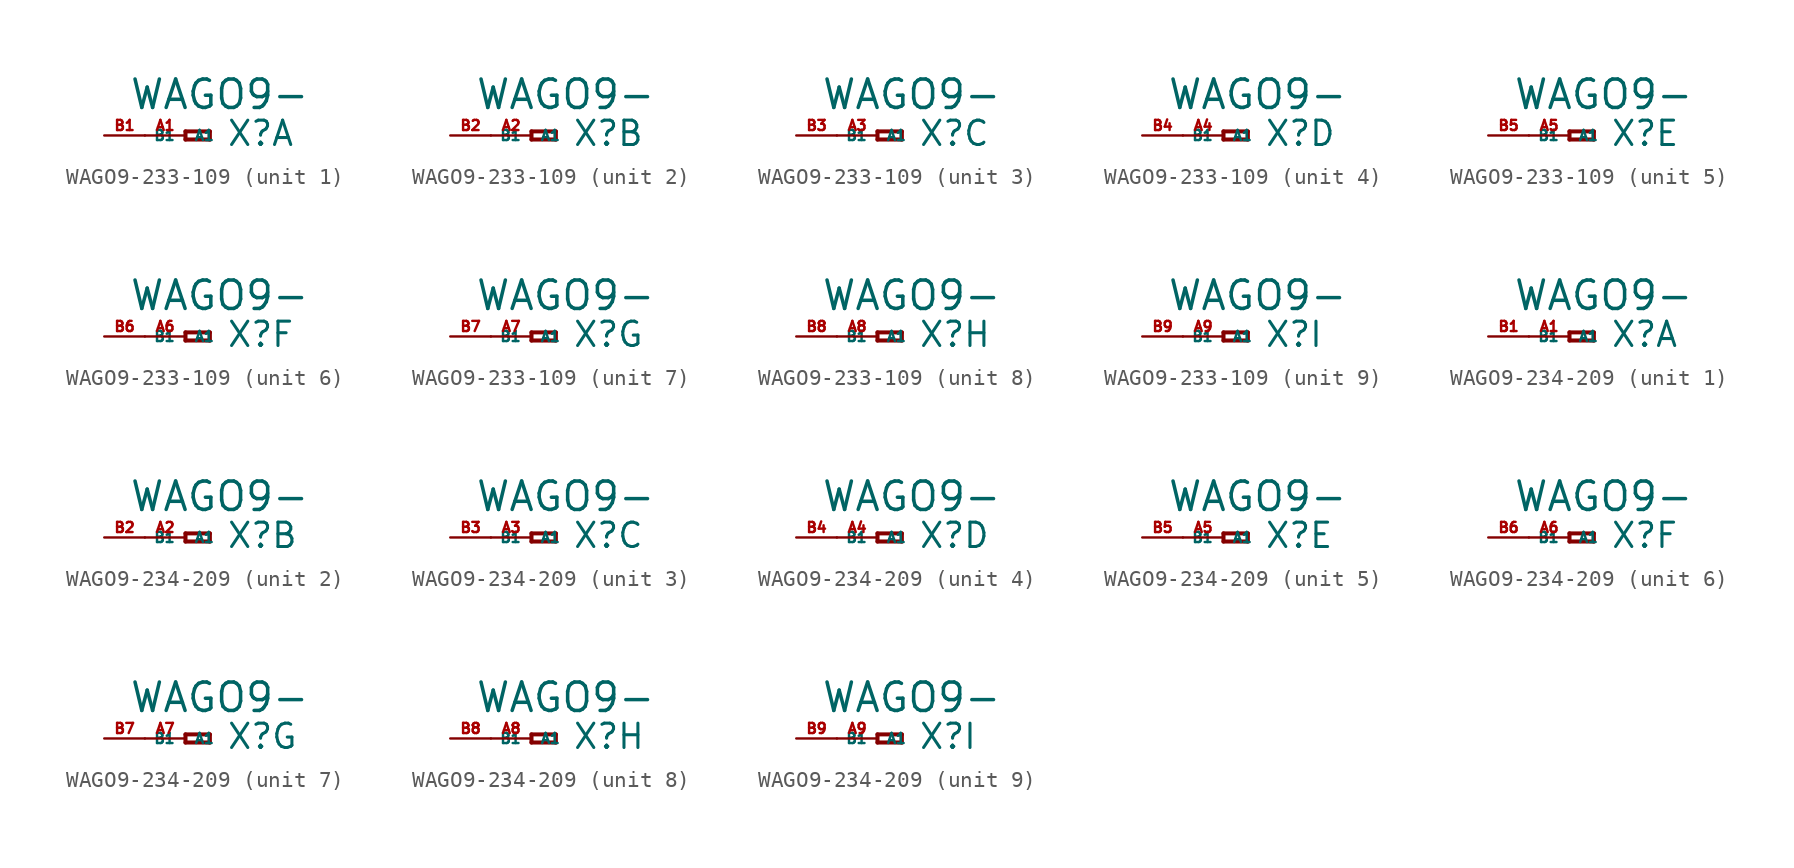
<source format=kicad_sym>
(kicad_symbol_lib
  (version 20220914)
  (generator Eagle2Kicad)
  (symbol "WAGO9-233-109"
    (property "Reference" "X"
      (at 2.54 -0.762 0)
      (effects (font (size 1.524 1.524) (thickness 0.19)) (justify left bottom)))
    (property "Value" "WAGO9-"
      (at -3.556 1.524 0)
      (effects (font (size 1.778 1.778) (thickness 0.22)) (justify left bottom)))
    (symbol "WAGO9-233-109_1_0"
      (polyline (pts (xy 0 0.254) (xy 0 -0.254)) (stroke (width 0.254) (type default)) (fill (type none)))
      (polyline (pts (xy 0 -0.254) (xy 1.524 -0.254)) (stroke (width 0.254) (type default)) (fill (type none)))
      (polyline (pts (xy 1.524 -0.254) (xy 1.524 0.254)) (stroke (width 0.254) (type default)) (fill (type none)))
      (polyline (pts (xy 1.524 0.254) (xy 0 0.254)) (stroke (width 0.254) (type default)) (fill (type none)))
      (pin passive line (at -2.54 0 0) (length 2.54) (name "A1" (effects (font (size 0.635 0.635) (thickness 0.08)) (justify left bottom))) (number "A1" (effects (font (size 0.635 0.635) (thickness 0.08)) (justify left bottom))))
      (pin passive line (at -5.08 0 0) (length 2.54) (name "B1" (effects (font (size 0.635 0.635) (thickness 0.08)) (justify left bottom))) (number "B1" (effects (font (size 0.635 0.635) (thickness 0.08)) (justify left bottom)))))
    (symbol "WAGO9-233-109_2_0"
      (polyline (pts (xy 0 0.254) (xy 0 -0.254)) (stroke (width 0.254) (type default)) (fill (type none)))
      (polyline (pts (xy 0 -0.254) (xy 1.524 -0.254)) (stroke (width 0.254) (type default)) (fill (type none)))
      (polyline (pts (xy 1.524 -0.254) (xy 1.524 0.254)) (stroke (width 0.254) (type default)) (fill (type none)))
      (polyline (pts (xy 1.524 0.254) (xy 0 0.254)) (stroke (width 0.254) (type default)) (fill (type none)))
      (pin passive line (at -2.54 0 0) (length 2.54) (name "A1" (effects (font (size 0.635 0.635) (thickness 0.08)) (justify left bottom))) (number "A2" (effects (font (size 0.635 0.635) (thickness 0.08)) (justify left bottom))))
      (pin passive line (at -5.08 0 0) (length 2.54) (name "B1" (effects (font (size 0.635 0.635) (thickness 0.08)) (justify left bottom))) (number "B2" (effects (font (size 0.635 0.635) (thickness 0.08)) (justify left bottom)))))
    (symbol "WAGO9-233-109_3_0"
      (polyline (pts (xy 0 0.254) (xy 0 -0.254)) (stroke (width 0.254) (type default)) (fill (type none)))
      (polyline (pts (xy 0 -0.254) (xy 1.524 -0.254)) (stroke (width 0.254) (type default)) (fill (type none)))
      (polyline (pts (xy 1.524 -0.254) (xy 1.524 0.254)) (stroke (width 0.254) (type default)) (fill (type none)))
      (polyline (pts (xy 1.524 0.254) (xy 0 0.254)) (stroke (width 0.254) (type default)) (fill (type none)))
      (pin passive line (at -2.54 0 0) (length 2.54) (name "A1" (effects (font (size 0.635 0.635) (thickness 0.08)) (justify left bottom))) (number "A3" (effects (font (size 0.635 0.635) (thickness 0.08)) (justify left bottom))))
      (pin passive line (at -5.08 0 0) (length 2.54) (name "B1" (effects (font (size 0.635 0.635) (thickness 0.08)) (justify left bottom))) (number "B3" (effects (font (size 0.635 0.635) (thickness 0.08)) (justify left bottom)))))
    (symbol "WAGO9-233-109_4_0"
      (polyline (pts (xy 0 0.254) (xy 0 -0.254)) (stroke (width 0.254) (type default)) (fill (type none)))
      (polyline (pts (xy 0 -0.254) (xy 1.524 -0.254)) (stroke (width 0.254) (type default)) (fill (type none)))
      (polyline (pts (xy 1.524 -0.254) (xy 1.524 0.254)) (stroke (width 0.254) (type default)) (fill (type none)))
      (polyline (pts (xy 1.524 0.254) (xy 0 0.254)) (stroke (width 0.254) (type default)) (fill (type none)))
      (pin passive line (at -2.54 0 0) (length 2.54) (name "A1" (effects (font (size 0.635 0.635) (thickness 0.08)) (justify left bottom))) (number "A4" (effects (font (size 0.635 0.635) (thickness 0.08)) (justify left bottom))))
      (pin passive line (at -5.08 0 0) (length 2.54) (name "B1" (effects (font (size 0.635 0.635) (thickness 0.08)) (justify left bottom))) (number "B4" (effects (font (size 0.635 0.635) (thickness 0.08)) (justify left bottom)))))
    (symbol "WAGO9-233-109_5_0"
      (polyline (pts (xy 0 0.254) (xy 0 -0.254)) (stroke (width 0.254) (type default)) (fill (type none)))
      (polyline (pts (xy 0 -0.254) (xy 1.524 -0.254)) (stroke (width 0.254) (type default)) (fill (type none)))
      (polyline (pts (xy 1.524 -0.254) (xy 1.524 0.254)) (stroke (width 0.254) (type default)) (fill (type none)))
      (polyline (pts (xy 1.524 0.254) (xy 0 0.254)) (stroke (width 0.254) (type default)) (fill (type none)))
      (pin passive line (at -2.54 0 0) (length 2.54) (name "A1" (effects (font (size 0.635 0.635) (thickness 0.08)) (justify left bottom))) (number "A5" (effects (font (size 0.635 0.635) (thickness 0.08)) (justify left bottom))))
      (pin passive line (at -5.08 0 0) (length 2.54) (name "B1" (effects (font (size 0.635 0.635) (thickness 0.08)) (justify left bottom))) (number "B5" (effects (font (size 0.635 0.635) (thickness 0.08)) (justify left bottom)))))
    (symbol "WAGO9-233-109_6_0"
      (polyline (pts (xy 0 0.254) (xy 0 -0.254)) (stroke (width 0.254) (type default)) (fill (type none)))
      (polyline (pts (xy 0 -0.254) (xy 1.524 -0.254)) (stroke (width 0.254) (type default)) (fill (type none)))
      (polyline (pts (xy 1.524 -0.254) (xy 1.524 0.254)) (stroke (width 0.254) (type default)) (fill (type none)))
      (polyline (pts (xy 1.524 0.254) (xy 0 0.254)) (stroke (width 0.254) (type default)) (fill (type none)))
      (pin passive line (at -2.54 0 0) (length 2.54) (name "A1" (effects (font (size 0.635 0.635) (thickness 0.08)) (justify left bottom))) (number "A6" (effects (font (size 0.635 0.635) (thickness 0.08)) (justify left bottom))))
      (pin passive line (at -5.08 0 0) (length 2.54) (name "B1" (effects (font (size 0.635 0.635) (thickness 0.08)) (justify left bottom))) (number "B6" (effects (font (size 0.635 0.635) (thickness 0.08)) (justify left bottom)))))
    (symbol "WAGO9-233-109_7_0"
      (polyline (pts (xy 0 0.254) (xy 0 -0.254)) (stroke (width 0.254) (type default)) (fill (type none)))
      (polyline (pts (xy 0 -0.254) (xy 1.524 -0.254)) (stroke (width 0.254) (type default)) (fill (type none)))
      (polyline (pts (xy 1.524 -0.254) (xy 1.524 0.254)) (stroke (width 0.254) (type default)) (fill (type none)))
      (polyline (pts (xy 1.524 0.254) (xy 0 0.254)) (stroke (width 0.254) (type default)) (fill (type none)))
      (pin passive line (at -2.54 0 0) (length 2.54) (name "A1" (effects (font (size 0.635 0.635) (thickness 0.08)) (justify left bottom))) (number "A7" (effects (font (size 0.635 0.635) (thickness 0.08)) (justify left bottom))))
      (pin passive line (at -5.08 0 0) (length 2.54) (name "B1" (effects (font (size 0.635 0.635) (thickness 0.08)) (justify left bottom))) (number "B7" (effects (font (size 0.635 0.635) (thickness 0.08)) (justify left bottom)))))
    (symbol "WAGO9-233-109_8_0"
      (polyline (pts (xy 0 0.254) (xy 0 -0.254)) (stroke (width 0.254) (type default)) (fill (type none)))
      (polyline (pts (xy 0 -0.254) (xy 1.524 -0.254)) (stroke (width 0.254) (type default)) (fill (type none)))
      (polyline (pts (xy 1.524 -0.254) (xy 1.524 0.254)) (stroke (width 0.254) (type default)) (fill (type none)))
      (polyline (pts (xy 1.524 0.254) (xy 0 0.254)) (stroke (width 0.254) (type default)) (fill (type none)))
      (pin passive line (at -2.54 0 0) (length 2.54) (name "A1" (effects (font (size 0.635 0.635) (thickness 0.08)) (justify left bottom))) (number "A8" (effects (font (size 0.635 0.635) (thickness 0.08)) (justify left bottom))))
      (pin passive line (at -5.08 0 0) (length 2.54) (name "B1" (effects (font (size 0.635 0.635) (thickness 0.08)) (justify left bottom))) (number "B8" (effects (font (size 0.635 0.635) (thickness 0.08)) (justify left bottom)))))
    (symbol "WAGO9-233-109_9_0"
      (polyline (pts (xy 0 0.254) (xy 0 -0.254)) (stroke (width 0.254) (type default)) (fill (type none)))
      (polyline (pts (xy 0 -0.254) (xy 1.524 -0.254)) (stroke (width 0.254) (type default)) (fill (type none)))
      (polyline (pts (xy 1.524 -0.254) (xy 1.524 0.254)) (stroke (width 0.254) (type default)) (fill (type none)))
      (polyline (pts (xy 1.524 0.254) (xy 0 0.254)) (stroke (width 0.254) (type default)) (fill (type none)))
      (pin passive line (at -2.54 0 0) (length 2.54) (name "A1" (effects (font (size 0.635 0.635) (thickness 0.08)) (justify left bottom))) (number "A9" (effects (font (size 0.635 0.635) (thickness 0.08)) (justify left bottom))))
      (pin passive line (at -5.08 0 0) (length 2.54) (name "B1" (effects (font (size 0.635 0.635) (thickness 0.08)) (justify left bottom))) (number "B9" (effects (font (size 0.635 0.635) (thickness 0.08)) (justify left bottom))))))
  (symbol "WAGO9-234-209"
    (property "Reference" "X"
      (at 2.54 -0.762 0)
      (effects (font (size 1.524 1.524) (thickness 0.19)) (justify left bottom)))
    (property "Value" "WAGO9-"
      (at -3.556 1.524 0)
      (effects (font (size 1.778 1.778) (thickness 0.22)) (justify left bottom)))
    (symbol "WAGO9-234-209_1_0"
      (polyline (pts (xy 0 0.254) (xy 0 -0.254)) (stroke (width 0.254) (type default)) (fill (type none)))
      (polyline (pts (xy 0 -0.254) (xy 1.524 -0.254)) (stroke (width 0.254) (type default)) (fill (type none)))
      (polyline (pts (xy 1.524 -0.254) (xy 1.524 0.254)) (stroke (width 0.254) (type default)) (fill (type none)))
      (polyline (pts (xy 1.524 0.254) (xy 0 0.254)) (stroke (width 0.254) (type default)) (fill (type none)))
      (pin passive line (at -2.54 0 0) (length 2.54) (name "A1" (effects (font (size 0.635 0.635) (thickness 0.08)) (justify left bottom))) (number "A1" (effects (font (size 0.635 0.635) (thickness 0.08)) (justify left bottom))))
      (pin passive line (at -5.08 0 0) (length 2.54) (name "B1" (effects (font (size 0.635 0.635) (thickness 0.08)) (justify left bottom))) (number "B1" (effects (font (size 0.635 0.635) (thickness 0.08)) (justify left bottom)))))
    (symbol "WAGO9-234-209_2_0"
      (polyline (pts (xy 0 0.254) (xy 0 -0.254)) (stroke (width 0.254) (type default)) (fill (type none)))
      (polyline (pts (xy 0 -0.254) (xy 1.524 -0.254)) (stroke (width 0.254) (type default)) (fill (type none)))
      (polyline (pts (xy 1.524 -0.254) (xy 1.524 0.254)) (stroke (width 0.254) (type default)) (fill (type none)))
      (polyline (pts (xy 1.524 0.254) (xy 0 0.254)) (stroke (width 0.254) (type default)) (fill (type none)))
      (pin passive line (at -2.54 0 0) (length 2.54) (name "A1" (effects (font (size 0.635 0.635) (thickness 0.08)) (justify left bottom))) (number "A2" (effects (font (size 0.635 0.635) (thickness 0.08)) (justify left bottom))))
      (pin passive line (at -5.08 0 0) (length 2.54) (name "B1" (effects (font (size 0.635 0.635) (thickness 0.08)) (justify left bottom))) (number "B2" (effects (font (size 0.635 0.635) (thickness 0.08)) (justify left bottom)))))
    (symbol "WAGO9-234-209_3_0"
      (polyline (pts (xy 0 0.254) (xy 0 -0.254)) (stroke (width 0.254) (type default)) (fill (type none)))
      (polyline (pts (xy 0 -0.254) (xy 1.524 -0.254)) (stroke (width 0.254) (type default)) (fill (type none)))
      (polyline (pts (xy 1.524 -0.254) (xy 1.524 0.254)) (stroke (width 0.254) (type default)) (fill (type none)))
      (polyline (pts (xy 1.524 0.254) (xy 0 0.254)) (stroke (width 0.254) (type default)) (fill (type none)))
      (pin passive line (at -2.54 0 0) (length 2.54) (name "A1" (effects (font (size 0.635 0.635) (thickness 0.08)) (justify left bottom))) (number "A3" (effects (font (size 0.635 0.635) (thickness 0.08)) (justify left bottom))))
      (pin passive line (at -5.08 0 0) (length 2.54) (name "B1" (effects (font (size 0.635 0.635) (thickness 0.08)) (justify left bottom))) (number "B3" (effects (font (size 0.635 0.635) (thickness 0.08)) (justify left bottom)))))
    (symbol "WAGO9-234-209_4_0"
      (polyline (pts (xy 0 0.254) (xy 0 -0.254)) (stroke (width 0.254) (type default)) (fill (type none)))
      (polyline (pts (xy 0 -0.254) (xy 1.524 -0.254)) (stroke (width 0.254) (type default)) (fill (type none)))
      (polyline (pts (xy 1.524 -0.254) (xy 1.524 0.254)) (stroke (width 0.254) (type default)) (fill (type none)))
      (polyline (pts (xy 1.524 0.254) (xy 0 0.254)) (stroke (width 0.254) (type default)) (fill (type none)))
      (pin passive line (at -2.54 0 0) (length 2.54) (name "A1" (effects (font (size 0.635 0.635) (thickness 0.08)) (justify left bottom))) (number "A4" (effects (font (size 0.635 0.635) (thickness 0.08)) (justify left bottom))))
      (pin passive line (at -5.08 0 0) (length 2.54) (name "B1" (effects (font (size 0.635 0.635) (thickness 0.08)) (justify left bottom))) (number "B4" (effects (font (size 0.635 0.635) (thickness 0.08)) (justify left bottom)))))
    (symbol "WAGO9-234-209_5_0"
      (polyline (pts (xy 0 0.254) (xy 0 -0.254)) (stroke (width 0.254) (type default)) (fill (type none)))
      (polyline (pts (xy 0 -0.254) (xy 1.524 -0.254)) (stroke (width 0.254) (type default)) (fill (type none)))
      (polyline (pts (xy 1.524 -0.254) (xy 1.524 0.254)) (stroke (width 0.254) (type default)) (fill (type none)))
      (polyline (pts (xy 1.524 0.254) (xy 0 0.254)) (stroke (width 0.254) (type default)) (fill (type none)))
      (pin passive line (at -2.54 0 0) (length 2.54) (name "A1" (effects (font (size 0.635 0.635) (thickness 0.08)) (justify left bottom))) (number "A5" (effects (font (size 0.635 0.635) (thickness 0.08)) (justify left bottom))))
      (pin passive line (at -5.08 0 0) (length 2.54) (name "B1" (effects (font (size 0.635 0.635) (thickness 0.08)) (justify left bottom))) (number "B5" (effects (font (size 0.635 0.635) (thickness 0.08)) (justify left bottom)))))
    (symbol "WAGO9-234-209_6_0"
      (polyline (pts (xy 0 0.254) (xy 0 -0.254)) (stroke (width 0.254) (type default)) (fill (type none)))
      (polyline (pts (xy 0 -0.254) (xy 1.524 -0.254)) (stroke (width 0.254) (type default)) (fill (type none)))
      (polyline (pts (xy 1.524 -0.254) (xy 1.524 0.254)) (stroke (width 0.254) (type default)) (fill (type none)))
      (polyline (pts (xy 1.524 0.254) (xy 0 0.254)) (stroke (width 0.254) (type default)) (fill (type none)))
      (pin passive line (at -2.54 0 0) (length 2.54) (name "A1" (effects (font (size 0.635 0.635) (thickness 0.08)) (justify left bottom))) (number "A6" (effects (font (size 0.635 0.635) (thickness 0.08)) (justify left bottom))))
      (pin passive line (at -5.08 0 0) (length 2.54) (name "B1" (effects (font (size 0.635 0.635) (thickness 0.08)) (justify left bottom))) (number "B6" (effects (font (size 0.635 0.635) (thickness 0.08)) (justify left bottom)))))
    (symbol "WAGO9-234-209_7_0"
      (polyline (pts (xy 0 0.254) (xy 0 -0.254)) (stroke (width 0.254) (type default)) (fill (type none)))
      (polyline (pts (xy 0 -0.254) (xy 1.524 -0.254)) (stroke (width 0.254) (type default)) (fill (type none)))
      (polyline (pts (xy 1.524 -0.254) (xy 1.524 0.254)) (stroke (width 0.254) (type default)) (fill (type none)))
      (polyline (pts (xy 1.524 0.254) (xy 0 0.254)) (stroke (width 0.254) (type default)) (fill (type none)))
      (pin passive line (at -2.54 0 0) (length 2.54) (name "A1" (effects (font (size 0.635 0.635) (thickness 0.08)) (justify left bottom))) (number "A7" (effects (font (size 0.635 0.635) (thickness 0.08)) (justify left bottom))))
      (pin passive line (at -5.08 0 0) (length 2.54) (name "B1" (effects (font (size 0.635 0.635) (thickness 0.08)) (justify left bottom))) (number "B7" (effects (font (size 0.635 0.635) (thickness 0.08)) (justify left bottom)))))
    (symbol "WAGO9-234-209_8_0"
      (polyline (pts (xy 0 0.254) (xy 0 -0.254)) (stroke (width 0.254) (type default)) (fill (type none)))
      (polyline (pts (xy 0 -0.254) (xy 1.524 -0.254)) (stroke (width 0.254) (type default)) (fill (type none)))
      (polyline (pts (xy 1.524 -0.254) (xy 1.524 0.254)) (stroke (width 0.254) (type default)) (fill (type none)))
      (polyline (pts (xy 1.524 0.254) (xy 0 0.254)) (stroke (width 0.254) (type default)) (fill (type none)))
      (pin passive line (at -2.54 0 0) (length 2.54) (name "A1" (effects (font (size 0.635 0.635) (thickness 0.08)) (justify left bottom))) (number "A8" (effects (font (size 0.635 0.635) (thickness 0.08)) (justify left bottom))))
      (pin passive line (at -5.08 0 0) (length 2.54) (name "B1" (effects (font (size 0.635 0.635) (thickness 0.08)) (justify left bottom))) (number "B8" (effects (font (size 0.635 0.635) (thickness 0.08)) (justify left bottom)))))
    (symbol "WAGO9-234-209_9_0"
      (polyline (pts (xy 0 0.254) (xy 0 -0.254)) (stroke (width 0.254) (type default)) (fill (type none)))
      (polyline (pts (xy 0 -0.254) (xy 1.524 -0.254)) (stroke (width 0.254) (type default)) (fill (type none)))
      (polyline (pts (xy 1.524 -0.254) (xy 1.524 0.254)) (stroke (width 0.254) (type default)) (fill (type none)))
      (polyline (pts (xy 1.524 0.254) (xy 0 0.254)) (stroke (width 0.254) (type default)) (fill (type none)))
      (pin passive line (at -2.54 0 0) (length 2.54) (name "A1" (effects (font (size 0.635 0.635) (thickness 0.08)) (justify left bottom))) (number "A9" (effects (font (size 0.635 0.635) (thickness 0.08)) (justify left bottom))))
      (pin passive line (at -5.08 0 0) (length 2.54) (name "B1" (effects (font (size 0.635 0.635) (thickness 0.08)) (justify left bottom))) (number "B9" (effects (font (size 0.635 0.635) (thickness 0.08)) (justify left bottom)))))))
</source>
